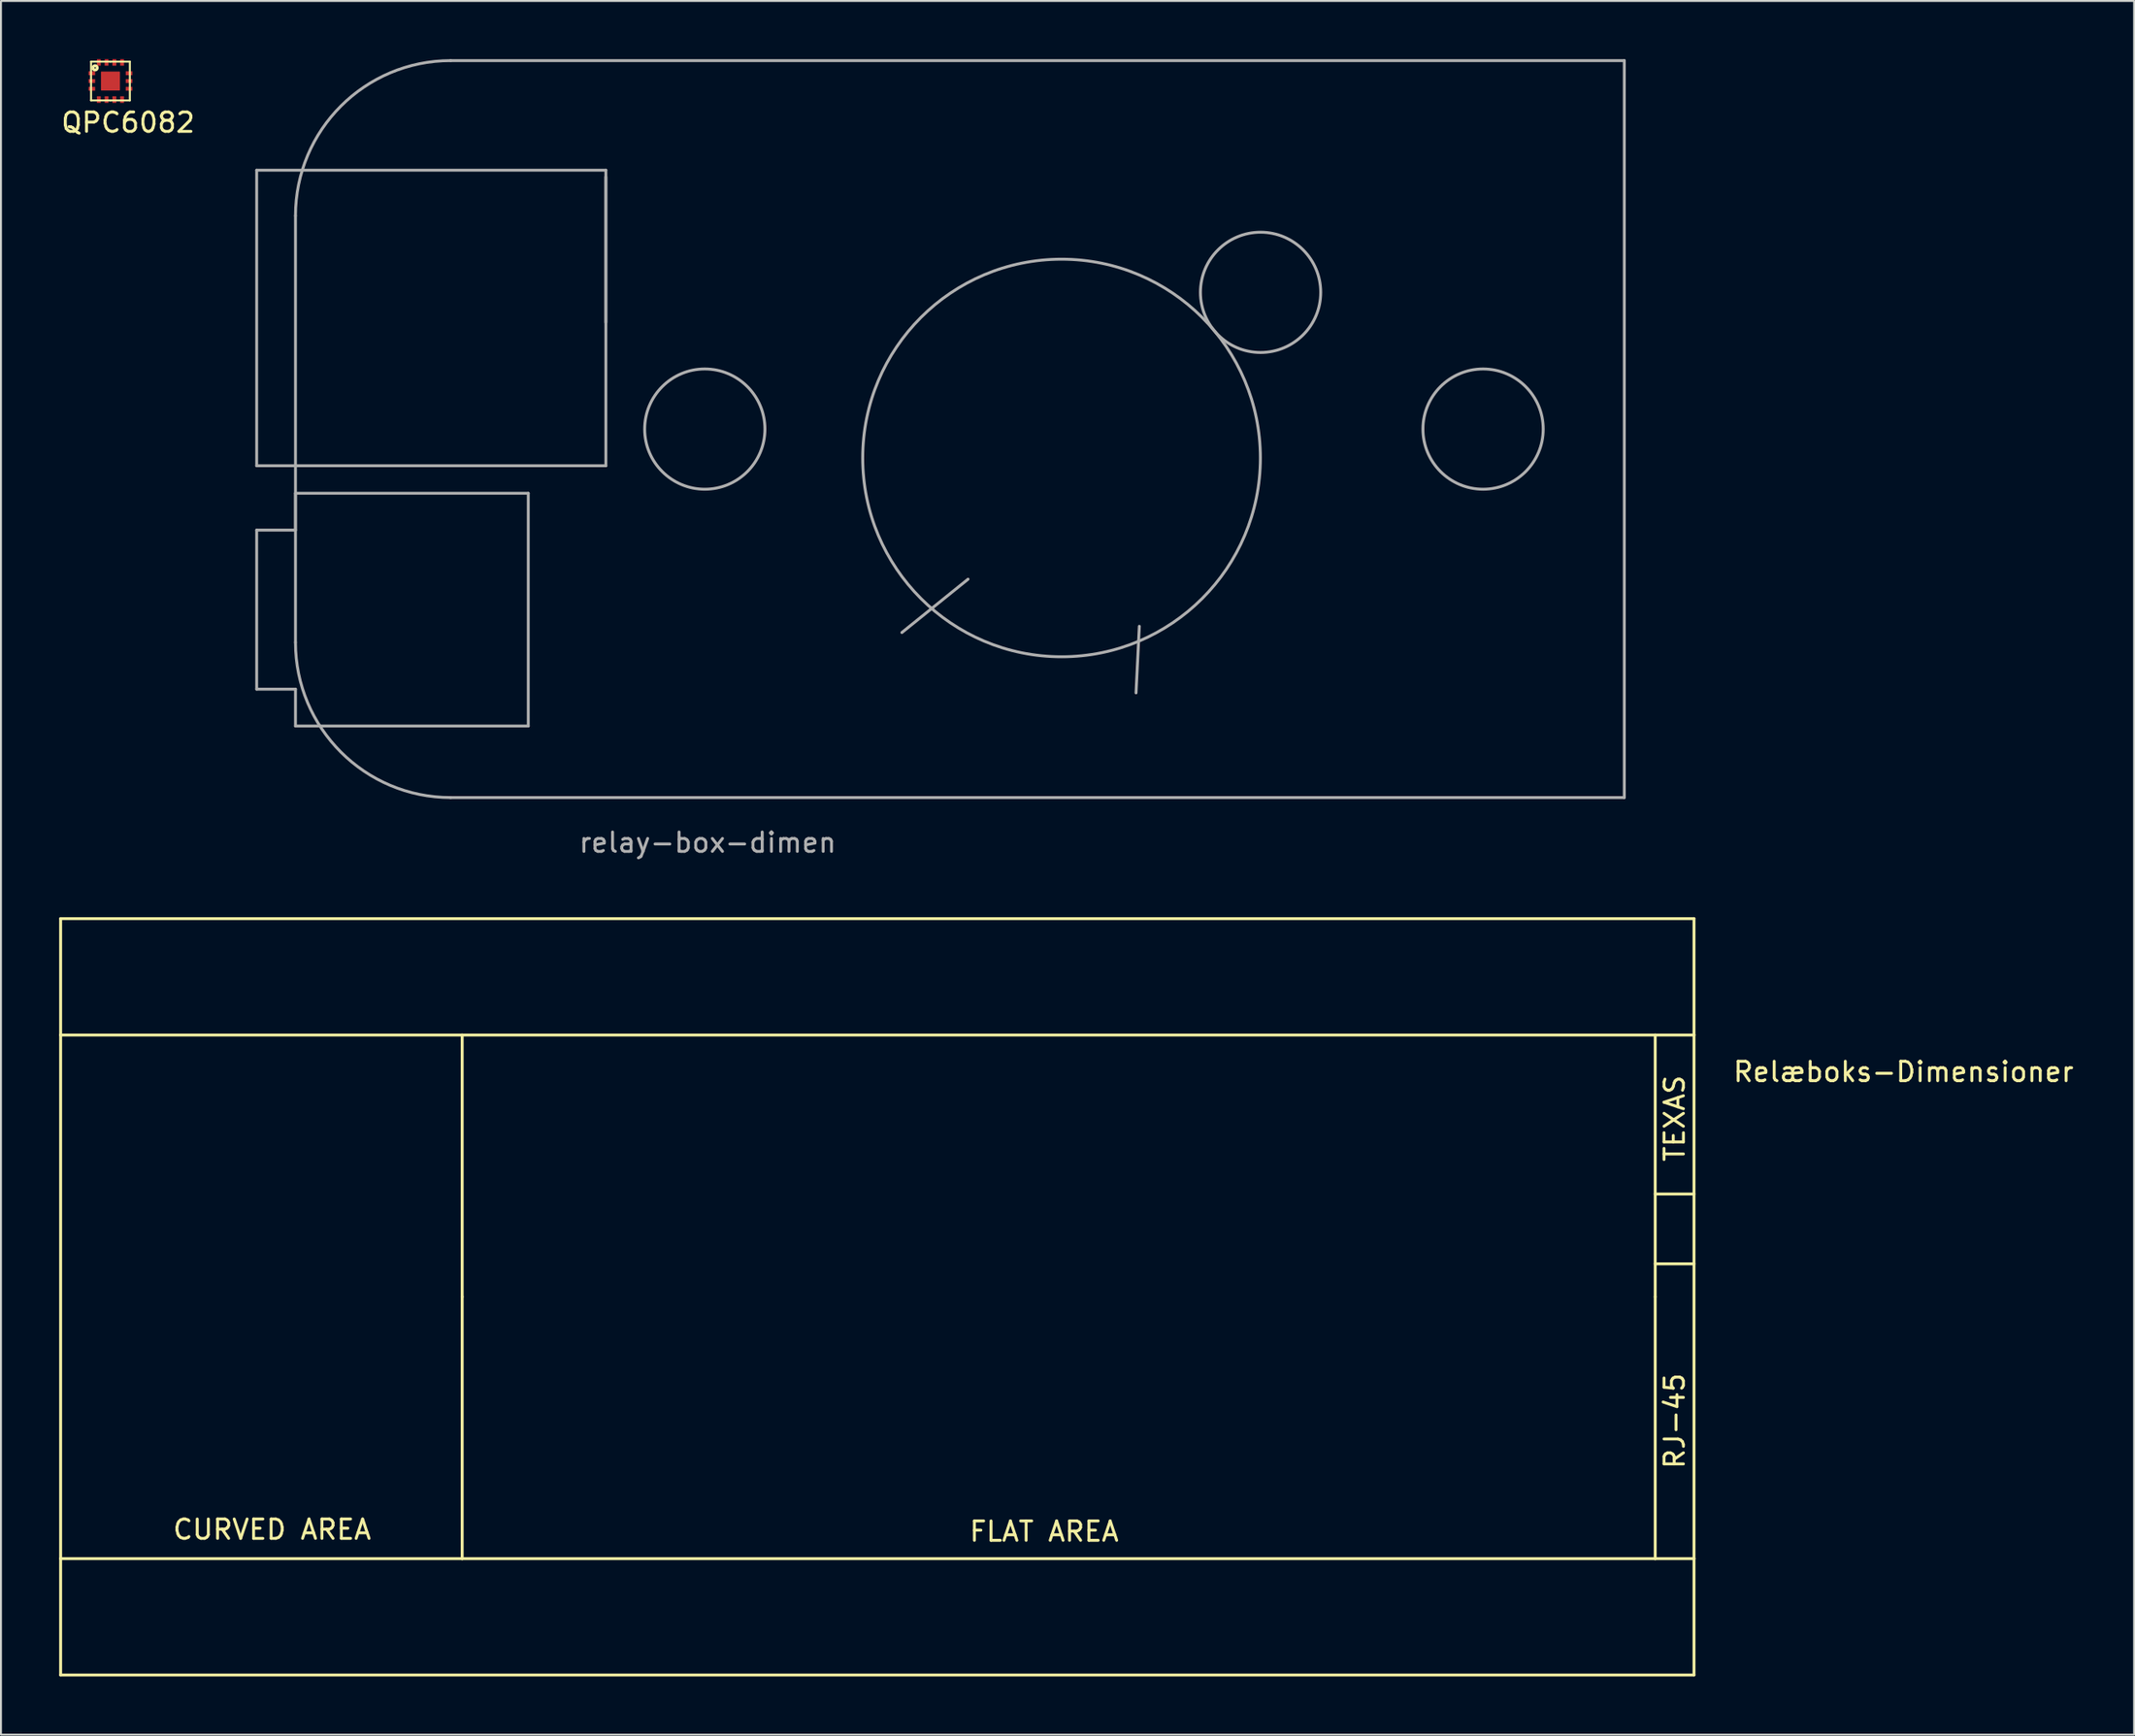
<source format=kicad_pcb>
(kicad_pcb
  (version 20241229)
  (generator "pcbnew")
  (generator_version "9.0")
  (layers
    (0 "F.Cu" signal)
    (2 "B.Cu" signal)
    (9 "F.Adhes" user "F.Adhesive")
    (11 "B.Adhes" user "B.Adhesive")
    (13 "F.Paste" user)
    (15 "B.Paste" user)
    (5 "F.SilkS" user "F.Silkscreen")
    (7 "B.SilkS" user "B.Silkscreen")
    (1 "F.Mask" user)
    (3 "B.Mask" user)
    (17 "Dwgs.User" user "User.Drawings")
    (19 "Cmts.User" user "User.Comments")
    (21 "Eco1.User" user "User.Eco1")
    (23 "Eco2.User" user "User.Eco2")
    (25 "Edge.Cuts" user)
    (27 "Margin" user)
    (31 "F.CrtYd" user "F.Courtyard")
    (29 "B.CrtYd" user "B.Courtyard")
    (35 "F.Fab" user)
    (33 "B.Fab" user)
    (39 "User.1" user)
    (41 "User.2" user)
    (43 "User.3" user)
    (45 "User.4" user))
  (footprint "relay-box-dimen"
    (layer "F.Cu")
    (at 46.432 19.075)
    (property "Reference" "relay-box-dimen" (at -13 21.32 0) (layer "F.Fab") (effects (font (size 1 1) (thickness 0.15))))
    (attr through_hole)
    (fp_line (start -36.25 -13.35) (end -36.25 1.89) (stroke (width 0.15) (type solid)) (layer "F.Fab"))
    (fp_line (start -36.25 -13.35) (end -18.25 -13.35) (stroke (width 0.15) (type solid)) (layer "F.Fab"))
    (fp_line (start -36.25 5.21) (end -34.25 5.21) (stroke (width 0.15) (type solid)) (layer "F.Fab"))
    (fp_line (start -36.25 13.41) (end -36.25 5.21) (stroke (width 0.15) (type solid)) (layer "F.Fab"))
    (fp_line (start -34.25 -11) (end -34.25 11) (stroke (width 0.15) (type solid)) (layer "F.Fab"))
    (fp_line (start -34.25 3.31) (end -34.25 5.21) (stroke (width 0.15) (type solid)) (layer "F.Fab"))
    (fp_line (start -34.25 13.41) (end -36.25 13.41) (stroke (width 0.15) (type solid)) (layer "F.Fab"))
    (fp_line (start -34.25 15.31) (end -34.25 13.41) (stroke (width 0.15) (type solid)) (layer "F.Fab"))
    (fp_line (start -22.25 3.31) (end -34.25 3.31) (stroke (width 0.15) (type solid)) (layer "F.Fab"))
    (fp_line (start -22.25 3.31) (end -22.25 15.31) (stroke (width 0.15) (type solid)) (layer "F.Fab"))
    (fp_line (start -22.25 15.31) (end -34.25 15.31) (stroke (width 0.15) (type solid)) (layer "F.Fab"))
    (fp_line (start -18.25 -5.5) (end -18.25 -13) (stroke (width 0.15) (type solid)) (layer "F.Fab"))
    (fp_line (start -18.25 1.89) (end -36.25 1.89) (stroke (width 0.15) (type solid)) (layer "F.Fab"))
    (fp_line (start -18.25 1.89) (end -18.25 -13.35) (stroke (width 0.15) (type solid)) (layer "F.Fab"))
    (fp_line (start 0.42 7.74) (end -2.99 10.49) (stroke (width 0.15) (type solid)) (layer "F.Fab"))
    (fp_line (start 9.25 10.17) (end 9.08 13.6) (stroke (width 0.15) (type solid)) (layer "F.Fab"))
    (fp_line (start 34.25 -19) (end -26.25 -19) (stroke (width 0.15) (type solid)) (layer "F.Fab"))
    (fp_line (start 34.25 -19) (end 34.25 19) (stroke (width 0.15) (type solid)) (layer "F.Fab"))
    (fp_line (start 34.25 19) (end -26.25 19) (stroke (width 0.15) (type solid)) (layer "F.Fab"))
    (fp_arc (start -34.25 -11) (mid -31.906854 -16.656854) (end -26.25 -19) (stroke (width 0.15) (type solid)) (layer "F.Fab"))
    (fp_arc (start -26.25 19) (mid -31.906854 16.656854) (end -34.25 11) (stroke (width 0.15) (type solid)) (layer "F.Fab"))
    (fp_circle (center -13.15 0) (end -10.05 0) (stroke (width 0.15) (type solid)) (fill no) (layer "F.Fab"))
    (fp_circle (center 5.24 1.49) (end 15.49 1.5) (stroke (width 0.15) (type solid)) (fill no) (layer "F.Fab"))
    (fp_circle (center 15.5 -7.05) (end 18.6 -7.05) (stroke (width 0.15) (type solid)) (fill no) (layer "F.Fab"))
    (fp_circle (center 26.97 0) (end 30.07 0) (stroke (width 0.15) (type solid)) (fill no) (layer "F.Fab")))
  (footprint "QPC6082"
    (layer "F.Cu")
    (at 2.644 1.128)
    (property "Reference" "QPC6082" (at 0.91 2.14 0) (layer "F.SilkS") (effects (font (size 1 1) (thickness 0.15))))
    (attr through_hole)
    (fp_line (start -1 -1) (end -1 0) (stroke (width 0.1) (type solid)) (layer "F.SilkS"))
    (fp_line (start -1 0) (end -1 1) (stroke (width 0.1) (type solid)) (layer "F.SilkS"))
    (fp_line (start -1 1) (end 0 1) (stroke (width 0.1) (type solid)) (layer "F.SilkS"))
    (fp_line (start 0 -1) (end -1 -1) (stroke (width 0.1) (type solid)) (layer "F.SilkS"))
    (fp_line (start 0 -1) (end 1 -1) (stroke (width 0.1) (type solid)) (layer "F.SilkS"))
    (fp_line (start 0 1) (end 1 1) (stroke (width 0.1) (type solid)) (layer "F.SilkS"))
    (fp_line (start 1 0) (end 1 -1) (stroke (width 0.1) (type solid)) (layer "F.SilkS"))
    (fp_line (start 1 1) (end 1 0) (stroke (width 0.1) (type solid)) (layer "F.SilkS"))
    (fp_circle (center -0.79 -0.68) (end -0.77 -0.65) (stroke (width 0.15) (type solid)) (fill no) (layer "F.SilkS"))
    (pad "1" smd rect (at -0.959 -0.4 90) (size 0.2 0.338) (layers "F.Cu" "F.Mask" "F.Paste"))
    (pad "2" smd rect (at -0.959 0 90) (size 0.2 0.338) (layers "F.Cu" "F.Mask" "F.Paste"))
    (pad "3" smd rect (at -0.959 0.4 90) (size 0.2 0.338) (layers "F.Cu" "F.Mask" "F.Paste"))
    (pad "4" smd rect (at -0.6 0.959) (size 0.2 0.338) (layers "F.Cu" "F.Mask" "F.Paste"))
    (pad "5" smd rect (at -0.2 0.959) (size 0.2 0.338) (layers "F.Cu" "F.Mask" "F.Paste"))
    (pad "6" smd rect (at 0.2 0.959) (size 0.2 0.338) (layers "F.Cu" "F.Mask" "F.Paste"))
    (pad "7" smd rect (at 0.6 0.959) (size 0.2 0.338) (layers "F.Cu" "F.Mask" "F.Paste"))
    (pad "8" smd rect (at 0.959 0.4 90) (size 0.2 0.338) (layers "F.Cu" "F.Mask" "F.Paste"))
    (pad "9" smd rect (at 0.959 0 90) (size 0.2 0.338) (layers "F.Cu" "F.Mask" "F.Paste"))
    (pad "10" smd rect (at 0.959 -0.4 90) (size 0.2 0.338) (layers "F.Cu" "F.Mask" "F.Paste"))
    (pad "11" smd rect (at 0.6 -0.959) (size 0.2 0.338) (layers "F.Cu" "F.Mask" "F.Paste"))
    (pad "12" smd rect (at 0.2 -0.959) (size 0.2 0.338) (layers "F.Cu" "F.Mask" "F.Paste"))
    (pad "13" smd rect (at -0.2 -0.959) (size 0.2 0.338) (layers "F.Cu" "F.Mask" "F.Paste"))
    (pad "14" smd rect (at -0.6 -0.959) (size 0.2 0.338) (layers "F.Cu" "F.Mask" "F.Paste"))
    (pad "14" smd roundrect (at 0 0) (size 0.98 0.98) (layers "F.Cu" "F.Mask" "F.Paste") (roundrect_rratio 0.031)))
  (footprint "Relæboks-Dimensioner"
    (layer "F.Cu")
    (at 82.275 63.818)
    (property "Reference" "Relæboks-Dimensioner" (at 12.8 -11.6 0) (layer "F.SilkS") (effects (font (size 1 1) (thickness 0.15))))
    (attr through_hole)
    (fp_line (start -82.2 -19.5) (end -82.2 -13.5) (stroke (width 0.15) (type solid)) (layer "F.SilkS"))
    (fp_line (start -82.2 -13.5) (end -82.2 13.5) (stroke (width 0.15) (type solid)) (layer "F.SilkS"))
    (fp_line (start -82.2 13.5) (end -61.5 13.5) (stroke (width 0.15) (type solid)) (layer "F.SilkS"))
    (fp_line (start -82.2 19.5) (end -82.2 13.5) (stroke (width 0.15) (type solid)) (layer "F.SilkS"))
    (fp_line (start -61.5 -13.5) (end -82.2 -13.5) (stroke (width 0.15) (type solid)) (layer "F.SilkS"))
    (fp_line (start -61.5 -13.5) (end 0 -13.5) (stroke (width 0.15) (type solid)) (layer "F.SilkS"))
    (fp_line (start -61.5 0) (end -61.5 -13.5) (stroke (width 0.15) (type solid)) (layer "F.SilkS"))
    (fp_line (start -61.5 13.5) (end -61.5 0) (stroke (width 0.15) (type solid)) (layer "F.SilkS"))
    (fp_line (start 0 -13.5) (end 0 0) (stroke (width 0.15) (type solid)) (layer "F.SilkS"))
    (fp_line (start 0 -13.5) (end 2 -13.5) (stroke (width 0.15) (type solid)) (layer "F.SilkS"))
    (fp_line (start 0 0) (end 0 13.5) (stroke (width 0.15) (type solid)) (layer "F.SilkS"))
    (fp_line (start 0 13.5) (end -61.5 13.5) (stroke (width 0.15) (type solid)) (layer "F.SilkS"))
    (fp_line (start 2 -19.5) (end -82.2 -19.5) (stroke (width 0.15) (type solid)) (layer "F.SilkS"))
    (fp_line (start 2 -13.5) (end 2 -19.5) (stroke (width 0.15) (type solid)) (layer "F.SilkS"))
    (fp_line (start 2 -13.5) (end 2 13.5) (stroke (width 0.15) (type solid)) (layer "F.SilkS"))
    (fp_line (start 2 -5.3) (end 0 -5.3) (stroke (width 0.15) (type solid)) (layer "F.SilkS"))
    (fp_line (start 2 -1.7) (end 0 -1.7) (stroke (width 0.15) (type solid)) (layer "F.SilkS"))
    (fp_line (start 2 13.5) (end 0 13.5) (stroke (width 0.15) (type solid)) (layer "F.SilkS"))
    (fp_line (start 2 13.5) (end 2 19.5) (stroke (width 0.15) (type solid)) (layer "F.SilkS"))
    (fp_line (start 2 19.5) (end -82.2 19.5) (stroke (width 0.15) (type solid)) (layer "F.SilkS"))
    (fp_text user "RJ-45" (at 1 6.4 90) (layer "F.SilkS") (effects (font (size 1 1) (thickness 0.15))))
    (fp_text user "FLAT AREA" (at -31.5 12.1 0) (layer "F.SilkS") (effects (font (size 1 1) (thickness 0.15))))
    (fp_text user "TEXAS" (at 1 -9.2 90) (layer "F.SilkS") (effects (font (size 1 1) (thickness 0.15))))
    (fp_text user "CURVED AREA" (at -71.3 12 0) (layer "F.SilkS") (effects (font (size 1 1) (thickness 0.15)))))
  (gr_rect
    (start -3 -3)
    (end 106.962 86.393)
    (stroke (width 0.1) (type default))
    (fill no)
    (layer "Edge.Cuts")))
</source>
